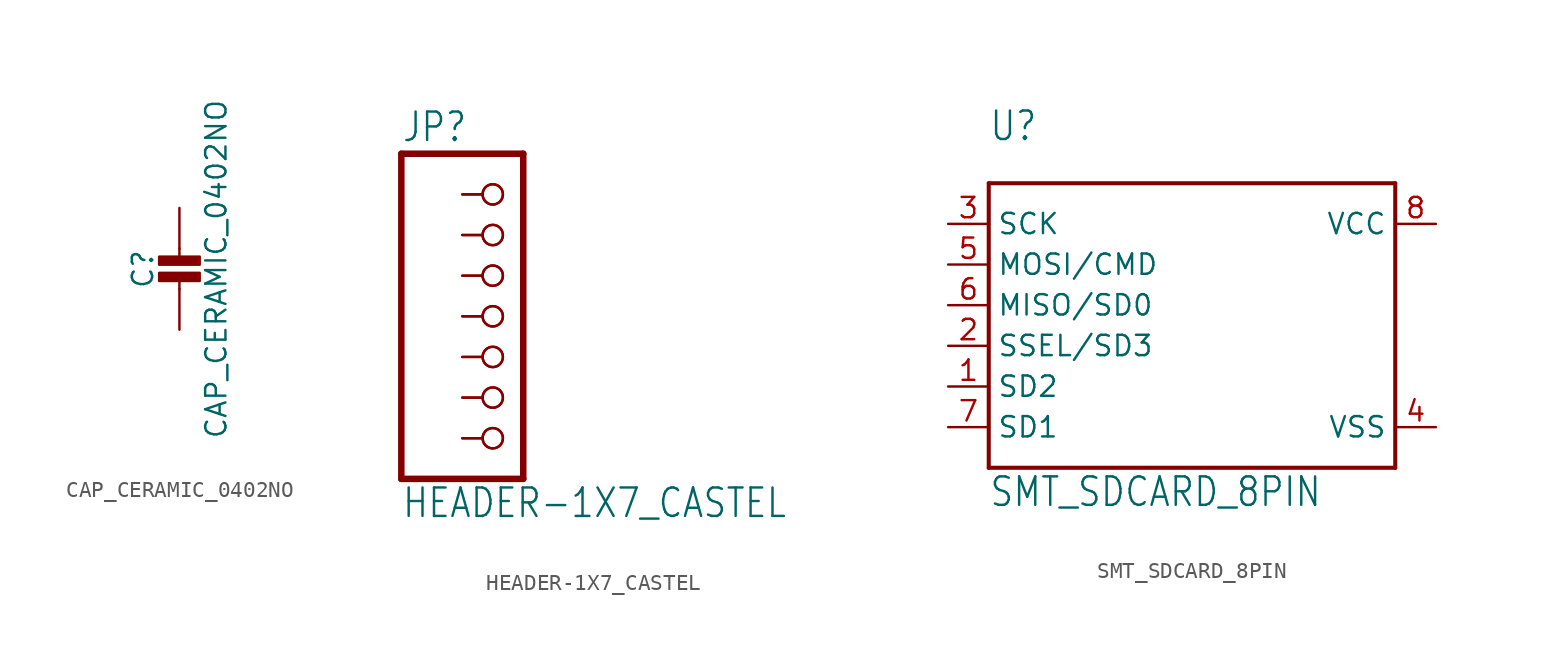
<source format=kicad_sym>
(kicad_symbol_lib
  (version 20211014)
  (generator kicad_symbol_editor)
  (symbol "CAP_CERAMIC_0402NO"
    (property "Reference" "C"
      (at -2.29 1.25 90)
      (effects (font (size 1.27 1.27))))
    (property "Value" "CAP_CERAMIC_0402NO"
      (at 2.3 1.25 90)
      (effects (font (size 1.27 1.27))))
    (property "ki_locked" ""
      (at 0 0 0)
      (effects (font (size 1.27 1.27))))
    (symbol "CAP_CERAMIC_0402NO_1_0"
      (rectangle (start -1.27 0.508) (end 1.27 1.016) (stroke (width 0) (type default) (color 0 0 0 0)) (fill (type outline)))
      (rectangle (start -1.27 1.524) (end 1.27 2.032) (stroke (width 0) (type default) (color 0 0 0 0)) (fill (type outline)))
      (polyline (pts (xy 0 0.762) (xy 0 0)) (stroke (width 0.152) (type default) (color 0 0 0 0)) (fill (type none)))
      (polyline (pts (xy 0 2.54) (xy 0 1.778)) (stroke (width 0.152) (type default) (color 0 0 0 0)) (fill (type none)))
      (pin passive line (at 0 5.08 270) (length 2.54) (name "1" (effects (font (size 0 0)))) (number "1" (effects (font (size 0 0)))))
      (pin passive line (at 0 -2.54 90) (length 2.54) (name "2" (effects (font (size 0 0)))) (number "2" (effects (font (size 0 0)))))))
  (symbol "HEADER-1X7_CASTEL"
    (property "Reference" "JP"
      (at -6.35 10.795 0)
      (effects (font (size 1.778 1.511)) (justify left bottom)))
    (property "Value" "HEADER-1X7_CASTEL"
      (at -6.35 -12.7 0)
      (effects (font (size 1.778 1.511)) (justify left bottom)))
    (property "ki_locked" ""
      (at 0 0 0)
      (effects (font (size 1.27 1.27))))
    (symbol "HEADER-1X7_CASTEL_1_0"
      (polyline (pts (xy -6.35 -10.16) (xy 1.27 -10.16)) (stroke (width 0.406) (type default) (color 0 0 0 0)) (fill (type none)))
      (polyline (pts (xy -6.35 10.16) (xy -6.35 -10.16)) (stroke (width 0.406) (type default) (color 0 0 0 0)) (fill (type none)))
      (polyline (pts (xy 1.27 -10.16) (xy 1.27 10.16)) (stroke (width 0.406) (type default) (color 0 0 0 0)) (fill (type none)))
      (polyline (pts (xy 1.27 10.16) (xy -6.35 10.16)) (stroke (width 0.406) (type default) (color 0 0 0 0)) (fill (type none)))
      (pin passive inverted (at -2.54 7.62 0) (length 2.54) (name "1" (effects (font (size 0 0)))) (number "1" (effects (font (size 0 0)))))
      (pin passive inverted (at -2.54 7.62 0) (length 2.54) (name "1" (effects (font (size 0 0)))) (number "1C" (effects (font (size 0 0)))))
      (pin passive inverted (at -2.54 5.08 0) (length 2.54) (name "2" (effects (font (size 0 0)))) (number "2" (effects (font (size 0 0)))))
      (pin passive inverted (at -2.54 5.08 0) (length 2.54) (name "2" (effects (font (size 0 0)))) (number "2C" (effects (font (size 0 0)))))
      (pin passive inverted (at -2.54 2.54 0) (length 2.54) (name "3" (effects (font (size 0 0)))) (number "3" (effects (font (size 0 0)))))
      (pin passive inverted (at -2.54 2.54 0) (length 2.54) (name "3" (effects (font (size 0 0)))) (number "3C" (effects (font (size 0 0)))))
      (pin passive inverted (at -2.54 0 0) (length 2.54) (name "4" (effects (font (size 0 0)))) (number "4" (effects (font (size 0 0)))))
      (pin passive inverted (at -2.54 0 0) (length 2.54) (name "4" (effects (font (size 0 0)))) (number "4C" (effects (font (size 0 0)))))
      (pin passive inverted (at -2.54 -2.54 0) (length 2.54) (name "5" (effects (font (size 0 0)))) (number "5" (effects (font (size 0 0)))))
      (pin passive inverted (at -2.54 -2.54 0) (length 2.54) (name "5" (effects (font (size 0 0)))) (number "5C" (effects (font (size 0 0)))))
      (pin passive inverted (at -2.54 -5.08 0) (length 2.54) (name "6" (effects (font (size 0 0)))) (number "6" (effects (font (size 0 0)))))
      (pin passive inverted (at -2.54 -5.08 0) (length 2.54) (name "6" (effects (font (size 0 0)))) (number "6C" (effects (font (size 0 0)))))
      (pin passive inverted (at -2.54 -7.62 0) (length 2.54) (name "7" (effects (font (size 0 0)))) (number "7" (effects (font (size 0 0)))))
      (pin passive inverted (at -2.54 -7.62 0) (length 2.54) (name "7" (effects (font (size 0 0)))) (number "7C" (effects (font (size 0 0)))))))
  (symbol "SMT_SDCARD_8PIN"
    (property "Reference" "U"
      (at -12.7 12.7 0)
      (effects (font (size 1.778 1.511)) (justify left bottom)))
    (property "Value" "SMT_SDCARD_8PIN"
      (at -12.7 -10.16 0)
      (effects (font (size 1.778 1.511)) (justify left bottom)))
    (property "ki_locked" ""
      (at 0 0 0)
      (effects (font (size 1.27 1.27))))
    (symbol "SMT_SDCARD_8PIN_1_0"
      (polyline (pts (xy -12.7 -7.62) (xy -12.7 10.16)) (stroke (width 0.254) (type default) (color 0 0 0 0)) (fill (type none)))
      (polyline (pts (xy -12.7 10.16) (xy 12.7 10.16)) (stroke (width 0.254) (type default) (color 0 0 0 0)) (fill (type none)))
      (polyline (pts (xy 12.7 -7.62) (xy -12.7 -7.62)) (stroke (width 0.254) (type default) (color 0 0 0 0)) (fill (type none)))
      (polyline (pts (xy 12.7 10.16) (xy 12.7 -7.62)) (stroke (width 0.254) (type default) (color 0 0 0 0)) (fill (type none)))
      (pin bidirectional line (at -15.24 -2.54 0) (length 2.54) (name "SD2" (effects (font (size 1.27 1.27)))) (number "1" (effects (font (size 1.27 1.27)))))
      (pin bidirectional line (at -15.24 0 0) (length 2.54) (name "SSEL/SD3" (effects (font (size 1.27 1.27)))) (number "2" (effects (font (size 1.27 1.27)))))
      (pin input line (at -15.24 7.62 0) (length 2.54) (name "SCK" (effects (font (size 1.27 1.27)))) (number "3" (effects (font (size 1.27 1.27)))))
      (pin power_in line (at 15.24 -5.08 180) (length 2.54) (name "VSS" (effects (font (size 1.27 1.27)))) (number "4" (effects (font (size 1.27 1.27)))))
      (pin bidirectional line (at -15.24 5.08 0) (length 2.54) (name "MOSI/CMD" (effects (font (size 1.27 1.27)))) (number "5" (effects (font (size 1.27 1.27)))))
      (pin bidirectional line (at -15.24 2.54 0) (length 2.54) (name "MISO/SD0" (effects (font (size 1.27 1.27)))) (number "6" (effects (font (size 1.27 1.27)))))
      (pin bidirectional line (at -15.24 -5.08 0) (length 2.54) (name "SD1" (effects (font (size 1.27 1.27)))) (number "7" (effects (font (size 1.27 1.27)))))
      (pin power_in line (at 15.24 7.62 180) (length 2.54) (name "VCC" (effects (font (size 1.27 1.27)))) (number "8" (effects (font (size 1.27 1.27))))))))
</source>
